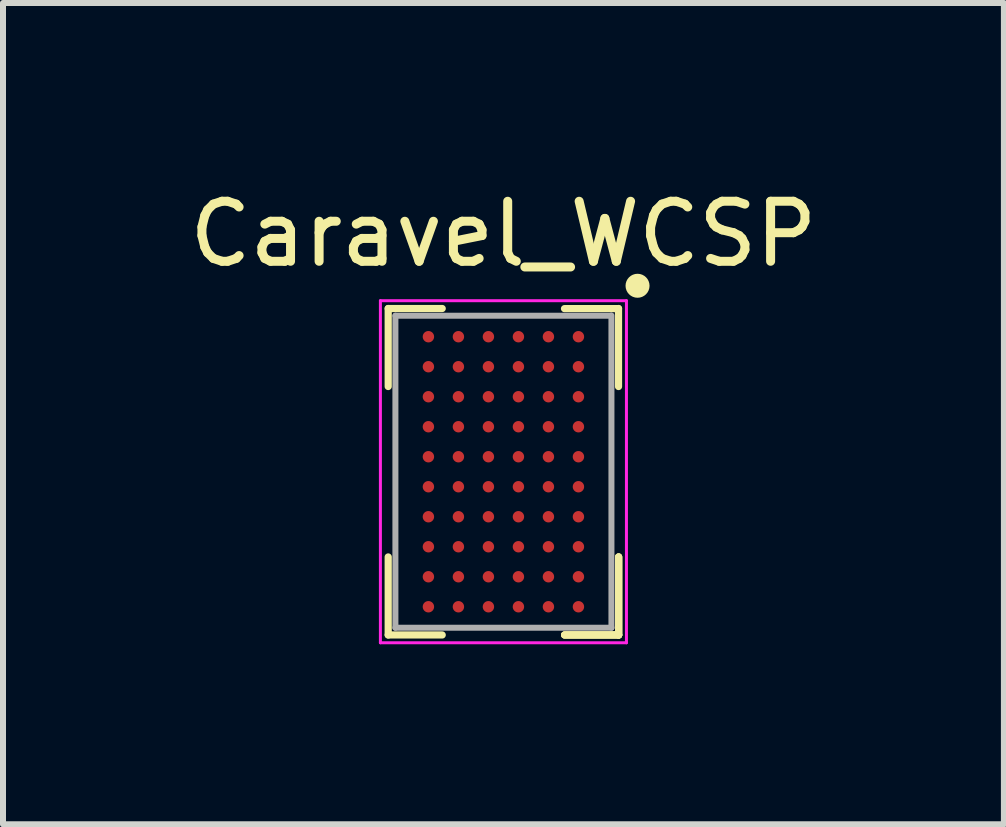
<source format=kicad_pcb>
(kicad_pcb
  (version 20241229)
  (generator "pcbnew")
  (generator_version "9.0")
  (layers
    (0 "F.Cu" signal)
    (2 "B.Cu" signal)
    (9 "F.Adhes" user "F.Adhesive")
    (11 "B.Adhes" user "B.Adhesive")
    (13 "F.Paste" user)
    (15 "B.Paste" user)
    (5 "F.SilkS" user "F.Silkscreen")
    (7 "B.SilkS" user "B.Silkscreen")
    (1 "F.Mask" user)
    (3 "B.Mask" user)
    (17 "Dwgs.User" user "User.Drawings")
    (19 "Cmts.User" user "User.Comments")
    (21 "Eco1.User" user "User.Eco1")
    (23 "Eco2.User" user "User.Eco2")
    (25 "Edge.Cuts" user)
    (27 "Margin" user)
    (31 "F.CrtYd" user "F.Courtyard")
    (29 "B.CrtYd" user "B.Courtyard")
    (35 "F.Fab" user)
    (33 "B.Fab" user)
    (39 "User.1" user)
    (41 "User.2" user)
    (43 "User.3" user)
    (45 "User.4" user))
  (footprint "Caravel_WCSP"
    (layer "F.Cu")
    (at 5.339 4.811)
    (property "Reference" "Caravel_WCSP" (at 0 -3.962 0) (layer "F.SilkS") (effects (font (size 1 1) (thickness 0.15))))
    (attr smd)
    (fp_line (start -1.92 -2.72) (end -1.02 -2.72) (stroke (width 0.12) (type solid)) (layer "F.SilkS"))
    (fp_line (start -1.92 -1.42) (end -1.92 -2.72) (stroke (width 0.12) (type solid)) (layer "F.SilkS"))
    (fp_line (start -1.92 1.42) (end -1.92 2.72) (stroke (width 0.12) (type solid)) (layer "F.SilkS"))
    (fp_line (start -1.92 2.72) (end -1.02 2.72) (stroke (width 0.12) (type solid)) (layer "F.SilkS"))
    (fp_line (start 1.018 -2.718) (end 1.918 -2.718) (stroke (width 0.12) (type solid)) (layer "F.SilkS"))
    (fp_line (start 1.918 -1.42) (end 1.918 -2.72) (stroke (width 0.12) (type solid)) (layer "F.SilkS"))
    (fp_line (start 1.92 1.42) (end 1.92 2.72) (stroke (width 0.12) (type solid)) (layer "F.SilkS"))
    (fp_line (start 1.92 1.42) (end 1.92 2.72) (stroke (width 0.12) (type solid)) (layer "F.SilkS"))
    (fp_line (start 1.92 1.42) (end 1.92 2.72) (stroke (width 0.12) (type solid)) (layer "F.SilkS"))
    (fp_line (start 1.92 2.72) (end 1.02 2.72) (stroke (width 0.12) (type solid)) (layer "F.SilkS"))
    (fp_line (start 1.92 2.72) (end 1.02 2.72) (stroke (width 0.12) (type solid)) (layer "F.SilkS"))
    (fp_line (start 1.92 2.72) (end 1.02 2.72) (stroke (width 0.12) (type solid)) (layer "F.SilkS"))
    (fp_circle (center 2.235 -3.099) (end 2.135 -3.099) (stroke (width 0.2) (type solid)) (fill no) (layer "F.SilkS"))
    (fp_line (start -2.05 -2.85) (end 2.05 -2.85) (stroke (width 0.05) (type solid)) (layer "F.CrtYd"))
    (fp_line (start -2.05 2.85) (end -2.05 -2.85) (stroke (width 0.05) (type solid)) (layer "F.CrtYd"))
    (fp_line (start 2.05 -2.85) (end 2.05 2.85) (stroke (width 0.05) (type solid)) (layer "F.CrtYd"))
    (fp_line (start 2.05 2.85) (end -2.05 2.85) (stroke (width 0.05) (type solid)) (layer "F.CrtYd"))
    (fp_line (start -1.8 -2.6) (end -1.8 2.6) (stroke (width 0.1) (type solid)) (layer "F.Fab"))
    (fp_line (start -1.8 2.6) (end 1.8 2.6) (stroke (width 0.1) (type solid)) (layer "F.Fab"))
    (fp_line (start 1.791 -2.6) (end -1.8 -2.6) (stroke (width 0.1) (type solid)) (layer "F.Fab"))
    (fp_line (start 1.8 2.6) (end 1.8 -2.603) (stroke (width 0.1) (type solid)) (layer "F.Fab"))
    (pad "A1" smd circle (at 1.25 -2.25 90) (size 0.19 0.19) (layers "F.Cu" "F.Mask" "F.Paste"))
    (pad "A2" smd circle (at 1.25 -1.75 270) (size 0.19 0.19) (layers "F.Cu" "F.Mask" "F.Paste"))
    (pad "A3" smd circle (at 1.25 -1.25 270) (size 0.19 0.19) (layers "F.Cu" "F.Mask" "F.Paste"))
    (pad "A4" smd circle (at 1.25 -0.75 270) (size 0.19 0.19) (layers "F.Cu" "F.Mask" "F.Paste"))
    (pad "A5" smd circle (at 1.25 -0.25 270) (size 0.19 0.19) (layers "F.Cu" "F.Mask" "F.Paste"))
    (pad "A6" smd circle (at 1.25 0.25 270) (size 0.19 0.19) (layers "F.Cu" "F.Mask" "F.Paste"))
    (pad "A7" smd circle (at 1.25 0.75 270) (size 0.19 0.19) (layers "F.Cu" "F.Mask" "F.Paste"))
    (pad "A8" smd circle (at 1.25 1.25 270) (size 0.19 0.19) (layers "F.Cu" "F.Mask" "F.Paste"))
    (pad "A9" smd circle (at 1.25 1.75 270) (size 0.19 0.19) (layers "F.Cu" "F.Mask" "F.Paste"))
    (pad "A10" smd circle (at 1.25 2.25 270) (size 0.19 0.19) (layers "F.Cu" "F.Mask" "F.Paste"))
    (pad "B1" smd circle (at 0.75 -2.25 270) (size 0.19 0.19) (layers "F.Cu" "F.Mask" "F.Paste"))
    (pad "B2" smd circle (at 0.75 -1.75 270) (size 0.19 0.19) (layers "F.Cu" "F.Mask" "F.Paste"))
    (pad "B3" smd circle (at 0.75 -1.25 270) (size 0.19 0.19) (layers "F.Cu" "F.Mask" "F.Paste"))
    (pad "B4" smd circle (at 0.75 -0.75 270) (size 0.19 0.19) (layers "F.Cu" "F.Mask" "F.Paste"))
    (pad "B5" smd circle (at 0.75 -0.25 270) (size 0.19 0.19) (layers "F.Cu" "F.Mask" "F.Paste"))
    (pad "B6" smd circle (at 0.75 0.25 270) (size 0.19 0.19) (layers "F.Cu" "F.Mask" "F.Paste"))
    (pad "B7" smd circle (at 0.75 0.75 270) (size 0.19 0.19) (layers "F.Cu" "F.Mask" "F.Paste"))
    (pad "B8" smd circle (at 0.75 1.25 270) (size 0.19 0.19) (layers "F.Cu" "F.Mask" "F.Paste"))
    (pad "B9" smd circle (at 0.75 1.75 270) (size 0.19 0.19) (layers "F.Cu" "F.Mask" "F.Paste"))
    (pad "B10" smd circle (at 0.75 2.25 270) (size 0.19 0.19) (layers "F.Cu" "F.Mask" "F.Paste"))
    (pad "C1" smd circle (at 0.25 -2.25 270) (size 0.19 0.19) (layers "F.Cu" "F.Mask" "F.Paste"))
    (pad "C2" smd circle (at 0.25 -1.75 270) (size 0.19 0.19) (layers "F.Cu" "F.Mask" "F.Paste"))
    (pad "C3" smd circle (at 0.25 -1.25 270) (size 0.19 0.19) (layers "F.Cu" "F.Mask" "F.Paste"))
    (pad "C4" smd circle (at 0.25 -0.75 270) (size 0.19 0.19) (layers "F.Cu" "F.Mask" "F.Paste"))
    (pad "C5" smd circle (at 0.25 -0.25 270) (size 0.19 0.19) (layers "F.Cu" "F.Mask" "F.Paste"))
    (pad "C6" smd circle (at 0.25 0.25 270) (size 0.19 0.19) (layers "F.Cu" "F.Mask" "F.Paste"))
    (pad "C7" smd circle (at 0.25 0.75 270) (size 0.19 0.19) (layers "F.Cu" "F.Mask" "F.Paste"))
    (pad "C8" smd circle (at 0.25 1.25 270) (size 0.19 0.19) (layers "F.Cu" "F.Mask" "F.Paste"))
    (pad "C9" smd circle (at 0.25 1.75 270) (size 0.19 0.19) (layers "F.Cu" "F.Mask" "F.Paste"))
    (pad "C10" smd circle (at 0.25 2.25 270) (size 0.19 0.19) (layers "F.Cu" "F.Mask" "F.Paste"))
    (pad "D1" smd circle (at -0.25 -2.25 270) (size 0.19 0.19) (layers "F.Cu" "F.Mask" "F.Paste"))
    (pad "D2" smd circle (at -0.25 -1.75 270) (size 0.19 0.19) (layers "F.Cu" "F.Mask" "F.Paste"))
    (pad "D3" smd circle (at -0.25 -1.25 270) (size 0.19 0.19) (layers "F.Cu" "F.Mask" "F.Paste"))
    (pad "D4" smd circle (at -0.25 -0.75 270) (size 0.19 0.19) (layers "F.Cu" "F.Mask" "F.Paste"))
    (pad "D5" smd circle (at -0.25 -0.25 270) (size 0.19 0.19) (layers "F.Cu" "F.Mask" "F.Paste"))
    (pad "D6" smd circle (at -0.25 0.25 270) (size 0.19 0.19) (layers "F.Cu" "F.Mask" "F.Paste"))
    (pad "D7" smd circle (at -0.25 0.75 270) (size 0.19 0.19) (layers "F.Cu" "F.Mask" "F.Paste"))
    (pad "D8" smd circle (at -0.25 1.25 270) (size 0.19 0.19) (layers "F.Cu" "F.Mask" "F.Paste"))
    (pad "D9" smd circle (at -0.25 1.75 270) (size 0.19 0.19) (layers "F.Cu" "F.Mask" "F.Paste"))
    (pad "D10" smd circle (at -0.25 2.25 270) (size 0.19 0.19) (layers "F.Cu" "F.Mask" "F.Paste"))
    (pad "E1" smd circle (at -0.75 -2.25 270) (size 0.19 0.19) (layers "F.Cu" "F.Mask" "F.Paste"))
    (pad "E2" smd circle (at -0.75 -1.75 270) (size 0.19 0.19) (layers "F.Cu" "F.Mask" "F.Paste"))
    (pad "E3" smd circle (at -0.75 -1.25 270) (size 0.19 0.19) (layers "F.Cu" "F.Mask" "F.Paste"))
    (pad "E4" smd circle (at -0.75 -0.75 270) (size 0.19 0.19) (layers "F.Cu" "F.Mask" "F.Paste"))
    (pad "E5" smd circle (at -0.75 -0.25 270) (size 0.19 0.19) (layers "F.Cu" "F.Mask" "F.Paste"))
    (pad "E6" smd circle (at -0.75 0.25 270) (size 0.19 0.19) (layers "F.Cu" "F.Mask" "F.Paste"))
    (pad "E7" smd circle (at -0.75 0.75 270) (size 0.19 0.19) (layers "F.Cu" "F.Mask" "F.Paste"))
    (pad "E8" smd circle (at -0.75 1.25 270) (size 0.19 0.19) (layers "F.Cu" "F.Mask" "F.Paste"))
    (pad "E9" smd circle (at -0.75 1.75 270) (size 0.19 0.19) (layers "F.Cu" "F.Mask" "F.Paste"))
    (pad "E10" smd circle (at -0.75 2.25 270) (size 0.19 0.19) (layers "F.Cu" "F.Mask" "F.Paste"))
    (pad "F1" smd circle (at -1.25 -2.25 270) (size 0.19 0.19) (layers "F.Cu" "F.Mask" "F.Paste"))
    (pad "F2" smd circle (at -1.25 -1.75 270) (size 0.19 0.19) (layers "F.Cu" "F.Mask" "F.Paste"))
    (pad "F3" smd circle (at -1.25 -1.25 270) (size 0.19 0.19) (layers "F.Cu" "F.Mask" "F.Paste"))
    (pad "F4" smd circle (at -1.25 -0.75 270) (size 0.19 0.19) (layers "F.Cu" "F.Mask" "F.Paste"))
    (pad "F5" smd circle (at -1.25 -0.25 270) (size 0.19 0.19) (layers "F.Cu" "F.Mask" "F.Paste"))
    (pad "F6" smd circle (at -1.25 0.25 270) (size 0.19 0.19) (layers "F.Cu" "F.Mask" "F.Paste"))
    (pad "F7" smd circle (at -1.25 0.75 270) (size 0.19 0.19) (layers "F.Cu" "F.Mask" "F.Paste"))
    (pad "F8" smd circle (at -1.25 1.25 270) (size 0.19 0.19) (layers "F.Cu" "F.Mask" "F.Paste"))
    (pad "F9" smd circle (at -1.25 1.75 270) (size 0.19 0.19) (layers "F.Cu" "F.Mask" "F.Paste"))
    (pad "F10" smd circle (at -1.25 2.25 270) (size 0.19 0.19) (layers "F.Cu" "F.Mask" "F.Paste")))
  (gr_rect
    (start -3 -3)
    (end 13.679 10.686)
    (stroke (width 0.1) (type default))
    (fill no)
    (layer "Edge.Cuts")))
</source>
